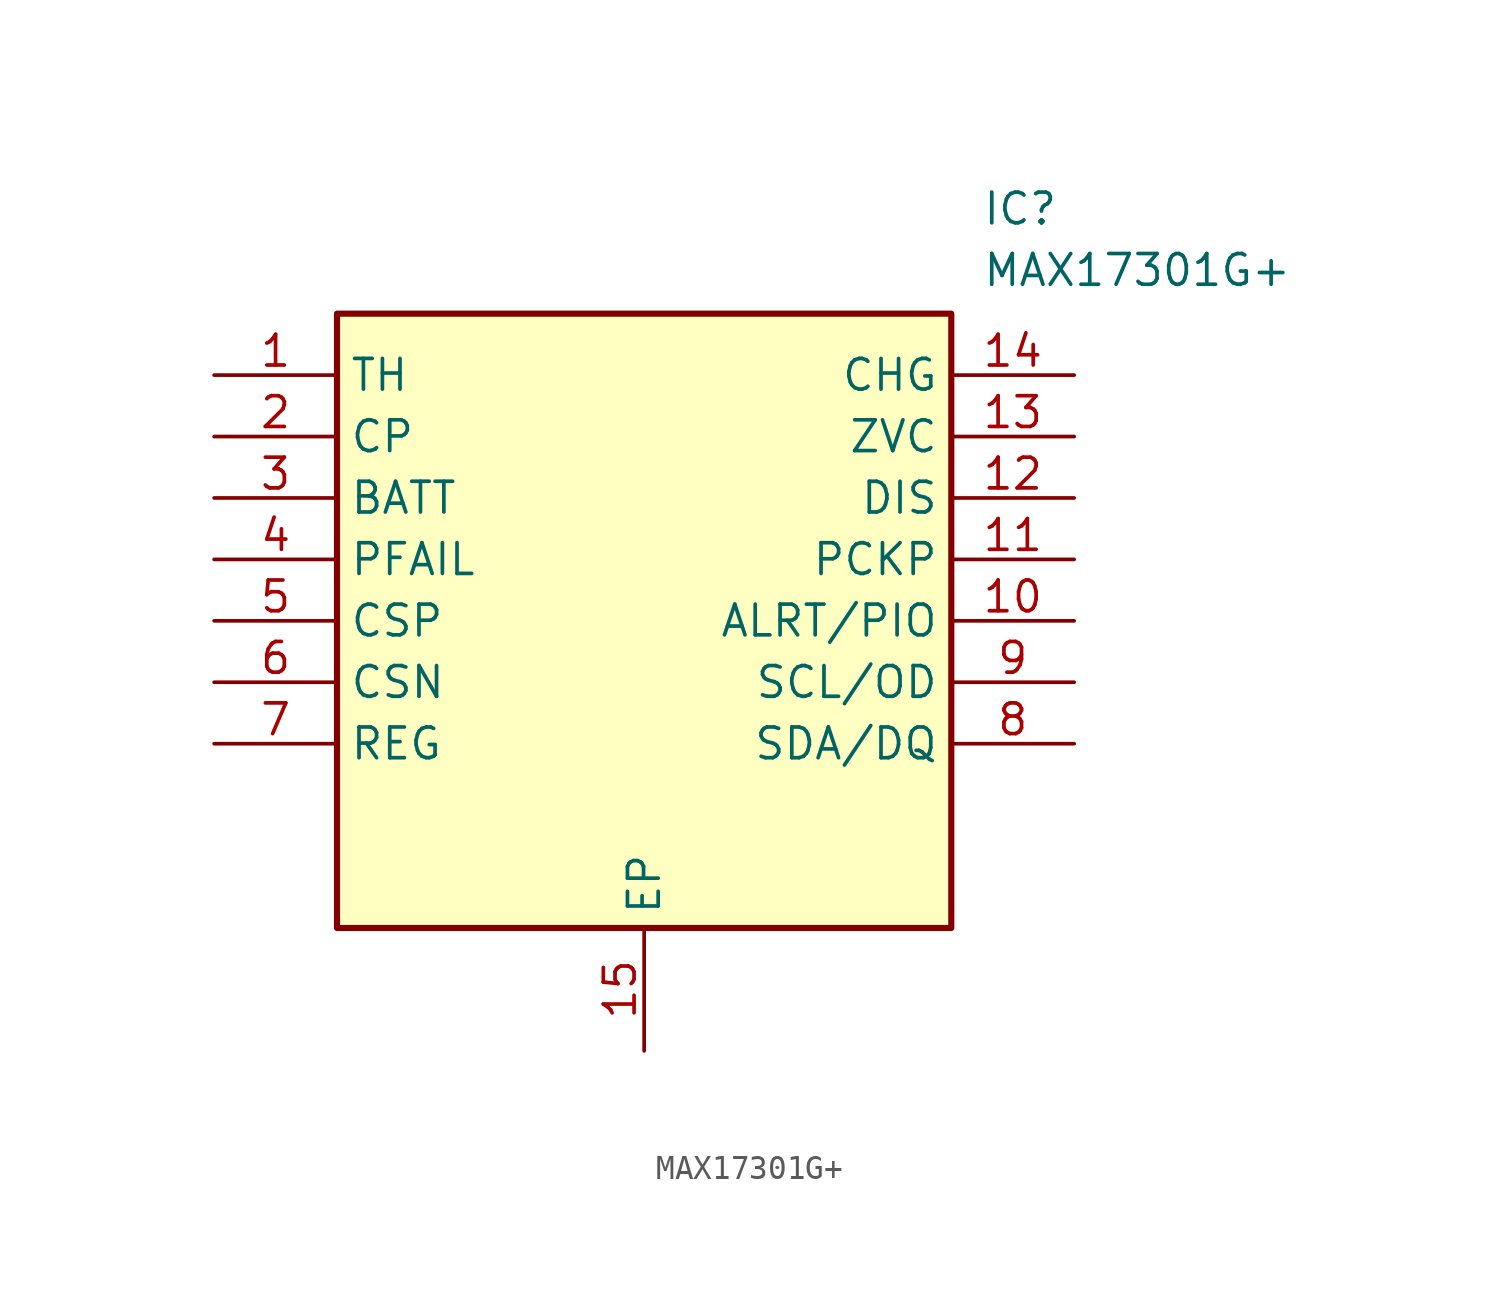
<source format=kicad_sym>
(kicad_symbol_lib
  (version 20211014)
  (generator SamacSys_ECAD_Model)
  (symbol "MAX17301G+"
    (property "Reference" "IC"
      (at 31.75 7.62 0)
      (effects (font (size 1.27 1.27)) (justify left top)))
    (property "Value" "MAX17301G+"
      (at 31.75 5.08 0)
      (effects (font (size 1.27 1.27)) (justify left top)))
    (rectangle
      (start 5.08 2.54)
      (end 30.48 -22.86)
      (stroke (width 0.254) (type default))
      (fill (type background)))
    (pin passive line
      (at 0 0 0)
      (length 5.08)
      (name "TH" (effects (font (size 1.27 1.27))))
      (number "1" (effects (font (size 1.27 1.27)))))
    (pin passive line
      (at 0 -2.54 0)
      (length 5.08)
      (name "CP" (effects (font (size 1.27 1.27))))
      (number "2" (effects (font (size 1.27 1.27)))))
    (pin passive line
      (at 0 -5.08 0)
      (length 5.08)
      (name "BATT" (effects (font (size 1.27 1.27))))
      (number "3" (effects (font (size 1.27 1.27)))))
    (pin passive line
      (at 0 -7.62 0)
      (length 5.08)
      (name "PFAIL" (effects (font (size 1.27 1.27))))
      (number "4" (effects (font (size 1.27 1.27)))))
    (pin passive line
      (at 0 -10.16 0)
      (length 5.08)
      (name "CSP" (effects (font (size 1.27 1.27))))
      (number "5" (effects (font (size 1.27 1.27)))))
    (pin passive line
      (at 0 -12.7 0)
      (length 5.08)
      (name "CSN" (effects (font (size 1.27 1.27))))
      (number "6" (effects (font (size 1.27 1.27)))))
    (pin passive line
      (at 0 -15.24 0)
      (length 5.08)
      (name "REG" (effects (font (size 1.27 1.27))))
      (number "7" (effects (font (size 1.27 1.27)))))
    (pin passive line
      (at 17.78 -27.94 90)
      (length 5.08)
      (name "EP" (effects (font (size 1.27 1.27))))
      (number "15" (effects (font (size 1.27 1.27)))))
    (pin passive line
      (at 35.56 0 180)
      (length 5.08)
      (name "CHG" (effects (font (size 1.27 1.27))))
      (number "14" (effects (font (size 1.27 1.27)))))
    (pin passive line
      (at 35.56 -2.54 180)
      (length 5.08)
      (name "ZVC" (effects (font (size 1.27 1.27))))
      (number "13" (effects (font (size 1.27 1.27)))))
    (pin passive line
      (at 35.56 -5.08 180)
      (length 5.08)
      (name "DIS" (effects (font (size 1.27 1.27))))
      (number "12" (effects (font (size 1.27 1.27)))))
    (pin passive line
      (at 35.56 -7.62 180)
      (length 5.08)
      (name "PCKP" (effects (font (size 1.27 1.27))))
      (number "11" (effects (font (size 1.27 1.27)))))
    (pin passive line
      (at 35.56 -10.16 180)
      (length 5.08)
      (name "ALRT/PIO" (effects (font (size 1.27 1.27))))
      (number "10" (effects (font (size 1.27 1.27)))))
    (pin passive line
      (at 35.56 -12.7 180)
      (length 5.08)
      (name "SCL/OD" (effects (font (size 1.27 1.27))))
      (number "9" (effects (font (size 1.27 1.27)))))
    (pin passive line
      (at 35.56 -15.24 180)
      (length 5.08)
      (name "SDA/DQ" (effects (font (size 1.27 1.27))))
      (number "8" (effects (font (size 1.27 1.27)))))))
</source>
